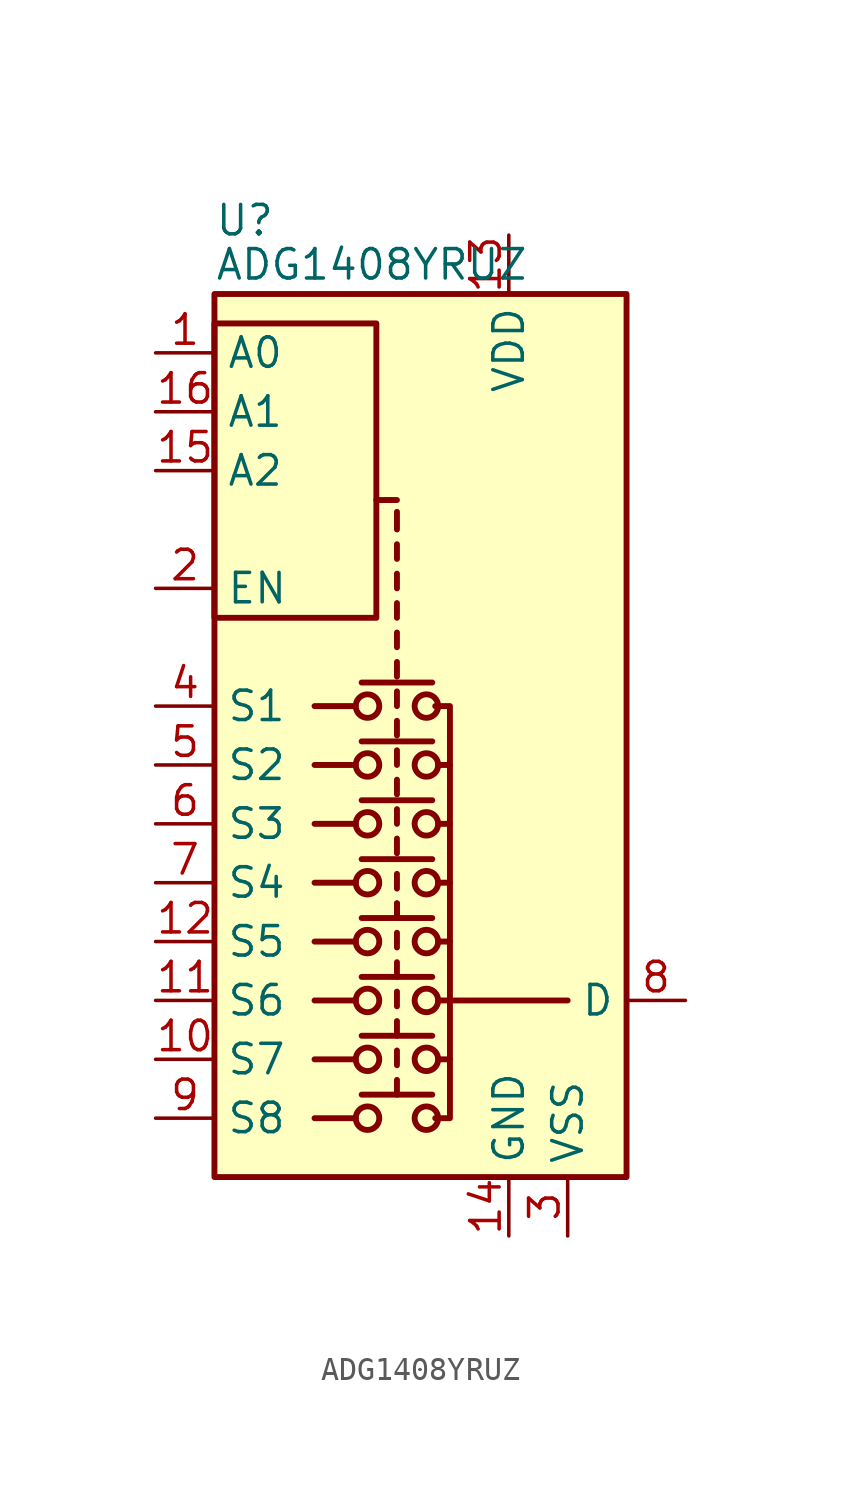
<source format=kicad_sym>
(kicad_symbol_lib
  (version 20241209)
  (generator "kicad_symbol_editor")
  (generator_version "9.0")
  (symbol "ADG1408YRUZ"
    (property "Reference" "U"
      (at -7.62 23.495 0)
      (effects (font (size 1.27 1.27)) (justify left)))
    (property "Value" "ADG1408YRUZ"
      (at -7.62 21.59 0)
      (effects (font (size 1.27 1.27)) (justify left)))
    (symbol "ADG1408YRUZ_0_0"
      (pin power_in line (at 5.08 -20.32 90) (length 2.54) (name "GND" (effects (font (size 1.27 1.27)))) (number "14" (effects (font (size 1.27 1.27))))))
    (symbol "ADG1408YRUZ_0_1"
      (rectangle (start -7.62 20.32) (end 10.16 -17.78) (stroke (width 0.254) (type default)) (fill (type background)))
      (rectangle (start -7.62 6.35) (end -0.635 19.05) (stroke (width 0.254) (type default)) (fill (type none)))
      (polyline (pts (xy -1.524 2.54) (xy -3.302 2.54)) (stroke (width 0.254) (type default)) (fill (type none)))
      (polyline (pts (xy -1.524 0) (xy -3.302 0)) (stroke (width 0.254) (type default)) (fill (type none)))
      (polyline (pts (xy -1.524 -2.54) (xy -3.302 -2.54)) (stroke (width 0.254) (type default)) (fill (type none)))
      (polyline (pts (xy -1.524 -5.08) (xy -3.302 -5.08)) (stroke (width 0.254) (type default)) (fill (type none)))
      (polyline (pts (xy -1.524 -7.62) (xy -3.302 -7.62)) (stroke (width 0.254) (type default)) (fill (type none)))
      (polyline (pts (xy -1.524 -10.16) (xy -3.302 -10.16)) (stroke (width 0.254) (type default)) (fill (type none)))
      (polyline (pts (xy -1.524 -12.7) (xy -3.302 -12.7)) (stroke (width 0.254) (type default)) (fill (type none)))
      (polyline (pts (xy -1.524 -15.24) (xy -3.302 -15.24)) (stroke (width 0.254) (type default)) (fill (type none)))
      (polyline (pts (xy -1.27 3.556) (xy 1.778 3.556)) (stroke (width 0.254) (type default)) (fill (type none)))
      (polyline (pts (xy -1.27 1.016) (xy 1.778 1.016)) (stroke (width 0.254) (type default)) (fill (type none)))
      (polyline (pts (xy -1.27 -1.524) (xy 1.778 -1.524)) (stroke (width 0.254) (type default)) (fill (type none)))
      (polyline (pts (xy -1.27 -4.064) (xy 1.778 -4.064)) (stroke (width 0.254) (type default)) (fill (type none)))
      (polyline (pts (xy -1.27 -6.604) (xy 1.778 -6.604)) (stroke (width 0.254) (type default)) (fill (type none)))
      (polyline (pts (xy -1.27 -9.144) (xy 1.778 -9.144)) (stroke (width 0.254) (type default)) (fill (type none)))
      (polyline (pts (xy -1.27 -11.684) (xy 1.778 -11.684)) (stroke (width 0.254) (type default)) (fill (type none)))
      (polyline (pts (xy -1.27 -14.224) (xy 1.778 -14.224)) (stroke (width 0.254) (type default)) (fill (type none)))
      (circle (center -1.016 2.54) (radius 0.508) (stroke (width 0.254) (type default)) (fill (type none)))
      (circle (center -1.016 0) (radius 0.508) (stroke (width 0.254) (type default)) (fill (type none)))
      (circle (center -1.016 -2.54) (radius 0.508) (stroke (width 0.254) (type default)) (fill (type none)))
      (circle (center -1.016 -5.08) (radius 0.508) (stroke (width 0.254) (type default)) (fill (type none)))
      (circle (center -1.016 -7.62) (radius 0.508) (stroke (width 0.254) (type default)) (fill (type none)))
      (circle (center -1.016 -10.16) (radius 0.508) (stroke (width 0.254) (type default)) (fill (type none)))
      (circle (center -1.016 -12.7) (radius 0.508) (stroke (width 0.254) (type default)) (fill (type none)))
      (circle (center -1.016 -15.24) (radius 0.508) (stroke (width 0.254) (type default)) (fill (type none)))
      (polyline (pts (xy -0.635 11.43) (xy 0 11.43)) (stroke (width 0.254) (type default)) (fill (type none)))
      (polyline (pts (xy 0.254 11.43) (xy 0 11.43)) (stroke (width 0.254) (type default)) (fill (type none)))
      (polyline (pts (xy 0.254 10.16) (xy 0.254 10.922)) (stroke (width 0.254) (type default)) (fill (type none)))
      (polyline (pts (xy 0.254 8.89) (xy 0.254 9.525)) (stroke (width 0.254) (type default)) (fill (type none)))
      (polyline (pts (xy 0.254 7.62) (xy 0.254 8.255)) (stroke (width 0.254) (type default)) (fill (type none)))
      (polyline (pts (xy 0.254 6.35) (xy 0.254 6.985)) (stroke (width 0.254) (type default)) (fill (type none)))
      (polyline (pts (xy 0.254 5.08) (xy 0.254 5.715)) (stroke (width 0.254) (type default)) (fill (type none)))
      (polyline (pts (xy 0.254 3.81) (xy 0.254 4.445)) (stroke (width 0.254) (type default)) (fill (type none)))
      (polyline (pts (xy 0.254 2.54) (xy 0.254 3.175)) (stroke (width 0.254) (type default)) (fill (type none)))
      (polyline (pts (xy 0.254 1.27) (xy 0.254 1.905)) (stroke (width 0.254) (type default)) (fill (type none)))
      (polyline (pts (xy 0.254 0) (xy 0.254 0.635)) (stroke (width 0.254) (type default)) (fill (type none)))
      (polyline (pts (xy 0.254 -1.27) (xy 0.254 -0.635)) (stroke (width 0.254) (type default)) (fill (type none)))
      (polyline (pts (xy 0.254 -2.54) (xy 0.254 -1.905)) (stroke (width 0.254) (type default)) (fill (type none)))
      (polyline (pts (xy 0.254 -3.81) (xy 0.254 -3.175)) (stroke (width 0.254) (type default)) (fill (type none)))
      (polyline (pts (xy 0.254 -5.334) (xy 0.254 -4.699)) (stroke (width 0.254) (type default)) (fill (type none)))
      (polyline (pts (xy 0.254 -6.604) (xy 0.254 -5.969)) (stroke (width 0.254) (type default)) (fill (type none)))
      (polyline (pts (xy 0.254 -6.604) (xy 0.254 -5.969)) (stroke (width 0.254) (type default)) (fill (type none)))
      (polyline (pts (xy 0.254 -7.874) (xy 0.254 -7.239)) (stroke (width 0.254) (type default)) (fill (type none)))
      (polyline (pts (xy 0.254 -9.144) (xy 0.254 -8.509)) (stroke (width 0.254) (type default)) (fill (type none)))
      (polyline (pts (xy 0.254 -10.414) (xy 0.254 -9.779)) (stroke (width 0.254) (type default)) (fill (type none)))
      (polyline (pts (xy 0.254 -11.684) (xy 0.254 -11.049)) (stroke (width 0.254) (type default)) (fill (type none)))
      (polyline (pts (xy 0.254 -12.954) (xy 0.254 -12.319)) (stroke (width 0.254) (type default)) (fill (type none)))
      (polyline (pts (xy 0.254 -14.224) (xy 0.254 -13.589)) (stroke (width 0.254) (type default)) (fill (type none)))
      (circle (center 1.524 2.54) (radius 0.508) (stroke (width 0.254) (type default)) (fill (type none)))
      (circle (center 1.524 0) (radius 0.508) (stroke (width 0.254) (type default)) (fill (type none)))
      (circle (center 1.524 -2.54) (radius 0.508) (stroke (width 0.254) (type default)) (fill (type none)))
      (circle (center 1.524 -5.08) (radius 0.508) (stroke (width 0.254) (type default)) (fill (type none)))
      (circle (center 1.524 -7.62) (radius 0.508) (stroke (width 0.254) (type default)) (fill (type none)))
      (circle (center 1.524 -10.16) (radius 0.508) (stroke (width 0.254) (type default)) (fill (type none)))
      (circle (center 1.524 -12.7) (radius 0.508) (stroke (width 0.254) (type default)) (fill (type none)))
      (circle (center 1.524 -15.24) (radius 0.508) (stroke (width 0.254) (type default)) (fill (type none)))
      (polyline (pts (xy 1.905 2.54) (xy 2.54 2.54) (xy 2.54 -15.24) (xy 1.905 -15.24)) (stroke (width 0.254) (type default)) (fill (type none)))
      (polyline (pts (xy 2.032 0) (xy 2.54 0)) (stroke (width 0.254) (type default)) (fill (type none)))
      (polyline (pts (xy 2.032 -2.54) (xy 2.54 -2.54)) (stroke (width 0.254) (type default)) (fill (type none)))
      (polyline (pts (xy 2.032 -5.08) (xy 2.54 -5.08)) (stroke (width 0.254) (type default)) (fill (type none)))
      (polyline (pts (xy 2.032 -7.62) (xy 2.54 -7.62)) (stroke (width 0.254) (type default)) (fill (type none)))
      (polyline (pts (xy 2.032 -10.16) (xy 2.54 -10.16)) (stroke (width 0.254) (type default)) (fill (type none)))
      (polyline (pts (xy 2.032 -12.7) (xy 2.54 -12.7)) (stroke (width 0.254) (type default)) (fill (type none)))
      (polyline (pts (xy 2.54 -10.16) (xy 7.62 -10.16)) (stroke (width 0.254) (type default)) (fill (type none))))
    (symbol "ADG1408YRUZ_1_1"
      (pin input line (at -10.16 17.78 0) (length 2.54) (name "A0" (effects (font (size 1.27 1.27)))) (number "1" (effects (font (size 1.27 1.27)))))
      (pin input line (at -10.16 15.24 0) (length 2.54) (name "A1" (effects (font (size 1.27 1.27)))) (number "16" (effects (font (size 1.27 1.27)))))
      (pin input line (at -10.16 12.7 0) (length 2.54) (name "A2" (effects (font (size 1.27 1.27)))) (number "15" (effects (font (size 1.27 1.27)))))
      (pin input line (at -10.16 7.62 0) (length 2.54) (name "EN" (effects (font (size 1.27 1.27)))) (number "2" (effects (font (size 1.27 1.27)))))
      (pin bidirectional line (at -10.16 2.54 0) (length 2.54) (name "S1" (effects (font (size 1.27 1.27)))) (number "4" (effects (font (size 1.27 1.27)))))
      (pin bidirectional line (at -10.16 0 0) (length 2.54) (name "S2" (effects (font (size 1.27 1.27)))) (number "5" (effects (font (size 1.27 1.27)))))
      (pin bidirectional line (at -10.16 -2.54 0) (length 2.54) (name "S3" (effects (font (size 1.27 1.27)))) (number "6" (effects (font (size 1.27 1.27)))))
      (pin bidirectional line (at -10.16 -5.08 0) (length 2.54) (name "S4" (effects (font (size 1.27 1.27)))) (number "7" (effects (font (size 1.27 1.27)))))
      (pin bidirectional line (at -10.16 -7.62 0) (length 2.54) (name "S5" (effects (font (size 1.27 1.27)))) (number "12" (effects (font (size 1.27 1.27)))))
      (pin bidirectional line (at -10.16 -10.16 0) (length 2.54) (name "S6" (effects (font (size 1.27 1.27)))) (number "11" (effects (font (size 1.27 1.27)))))
      (pin bidirectional line (at -10.16 -12.7 0) (length 2.54) (name "S7" (effects (font (size 1.27 1.27)))) (number "10" (effects (font (size 1.27 1.27)))))
      (pin bidirectional line (at -10.16 -15.24 0) (length 2.54) (name "S8" (effects (font (size 1.27 1.27)))) (number "9" (effects (font (size 1.27 1.27)))))
      (pin power_in line (at 5.08 22.86 270) (length 2.54) (name "VDD" (effects (font (size 1.27 1.27)))) (number "13" (effects (font (size 1.27 1.27)))))
      (pin power_in line (at 7.62 -20.32 90) (length 2.54) (name "VSS" (effects (font (size 1.27 1.27)))) (number "3" (effects (font (size 1.27 1.27)))))
      (pin bidirectional line (at 12.7 -10.16 180) (length 2.54) (name "D" (effects (font (size 1.27 1.27)))) (number "8" (effects (font (size 1.27 1.27))))))))
</source>
